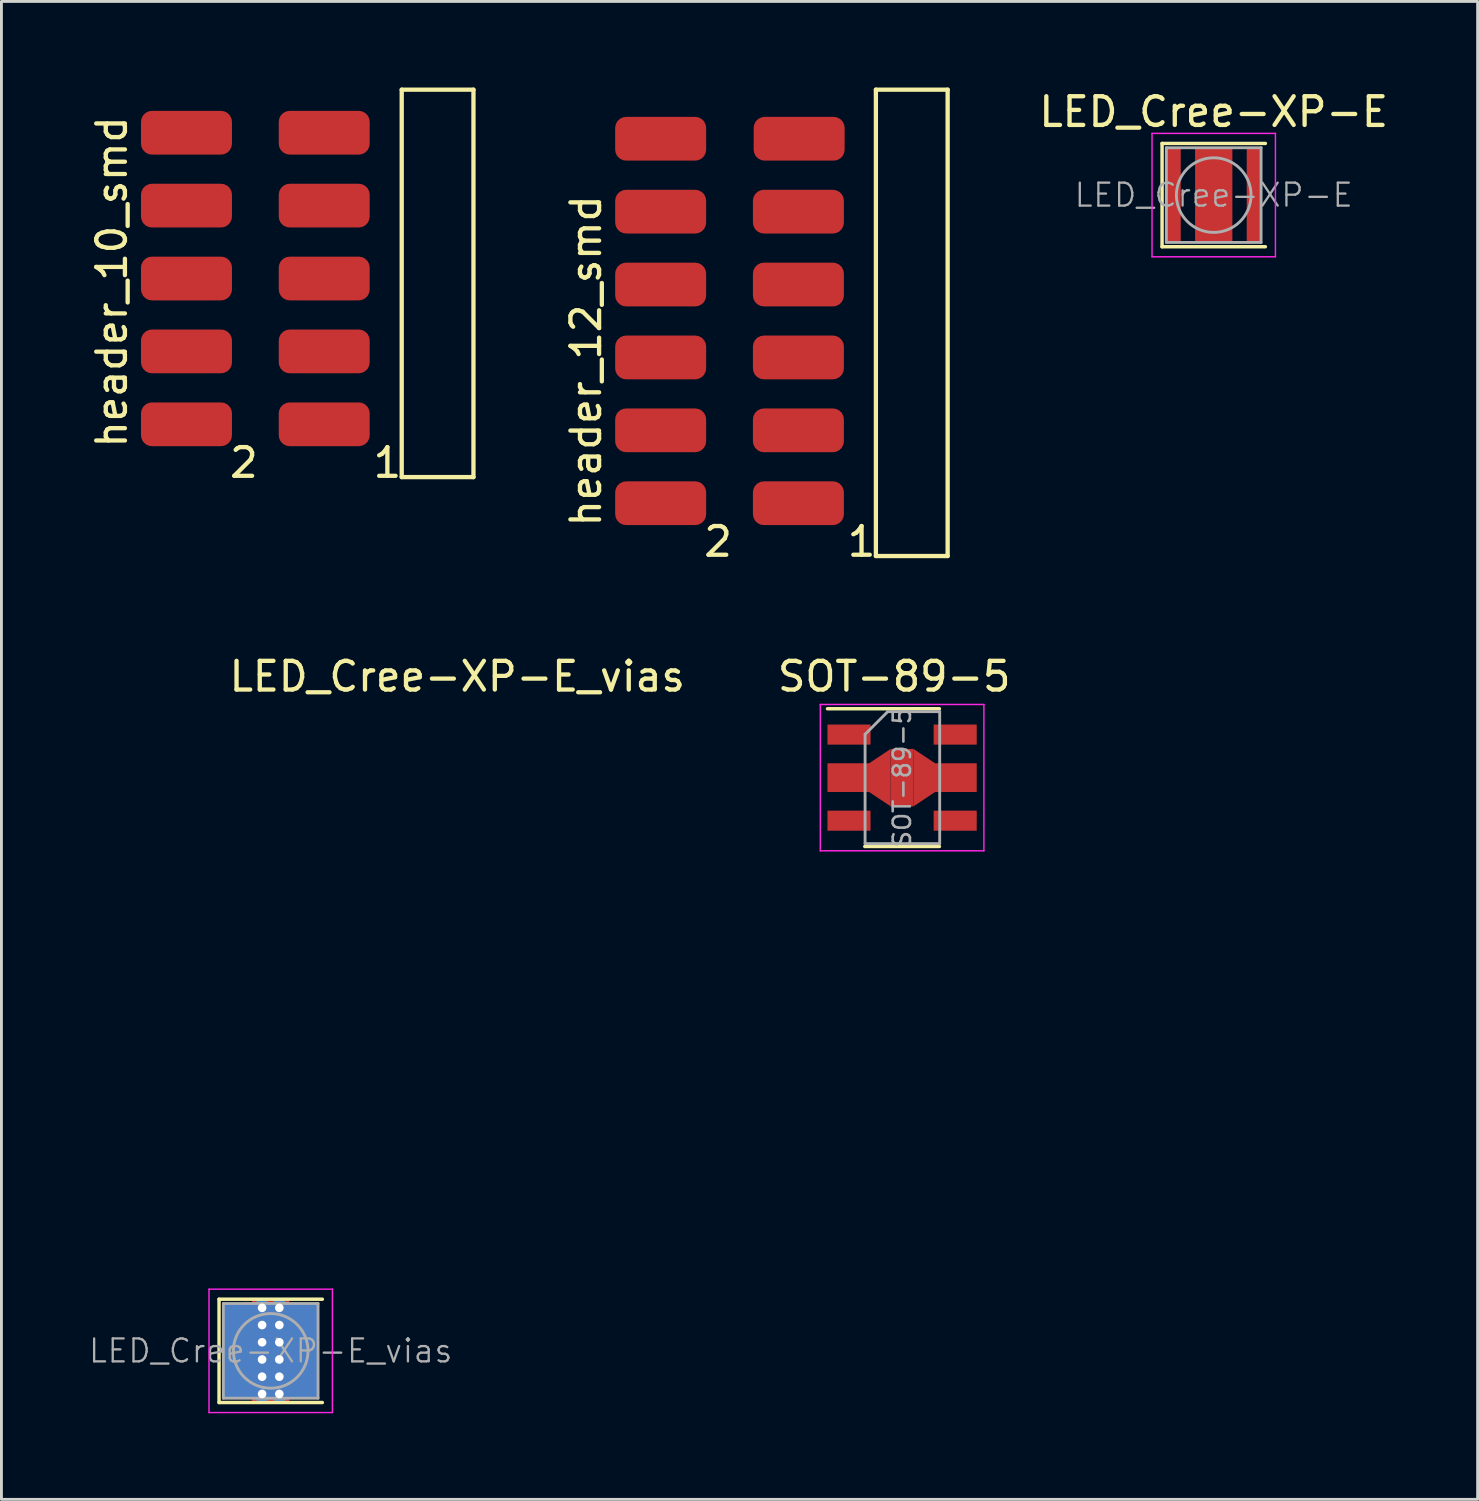
<source format=kicad_pcb>
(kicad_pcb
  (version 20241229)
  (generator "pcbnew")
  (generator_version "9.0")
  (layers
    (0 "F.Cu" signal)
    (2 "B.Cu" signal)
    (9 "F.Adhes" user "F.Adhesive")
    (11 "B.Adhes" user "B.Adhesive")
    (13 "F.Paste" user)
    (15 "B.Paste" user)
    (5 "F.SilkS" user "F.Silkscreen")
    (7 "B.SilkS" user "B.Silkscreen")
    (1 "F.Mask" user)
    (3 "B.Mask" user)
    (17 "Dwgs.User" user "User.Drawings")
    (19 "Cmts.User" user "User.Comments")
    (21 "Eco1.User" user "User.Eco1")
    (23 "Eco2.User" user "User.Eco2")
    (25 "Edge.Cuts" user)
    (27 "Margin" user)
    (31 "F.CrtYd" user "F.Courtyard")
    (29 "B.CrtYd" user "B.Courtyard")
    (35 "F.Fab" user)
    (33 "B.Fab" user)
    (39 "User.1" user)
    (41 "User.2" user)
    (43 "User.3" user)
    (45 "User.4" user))
  (footprint "LED_Cree-XP-E"
    (layer "F.Cu")
    (at 39.243 3.748)
    (property "Reference" "LED_Cree-XP-E" (at 0 -2.9 0) (layer "F.SilkS") (effects (font (size 1 1) (thickness 0.15))))
    (attr smd)
    (fp_line (start -1.8 -1.8) (end 1.8 -1.8) (stroke (width 0.12) (type solid)) (layer "F.SilkS"))
    (fp_line (start -1.8 1.8) (end -1.8 -1.8) (stroke (width 0.12) (type solid)) (layer "F.SilkS"))
    (fp_line (start 1.8 1.8) (end -1.8 1.8) (stroke (width 0.12) (type solid)) (layer "F.SilkS"))
    (fp_line (start -2.15 -2.15) (end 2.15 -2.15) (stroke (width 0.05) (type solid)) (layer "F.CrtYd"))
    (fp_line (start -2.15 2.15) (end -2.15 -2.15) (stroke (width 0.05) (type solid)) (layer "F.CrtYd"))
    (fp_line (start 2.15 -2.15) (end 2.15 2.15) (stroke (width 0.05) (type solid)) (layer "F.CrtYd"))
    (fp_line (start 2.15 2.15) (end -2.15 2.15) (stroke (width 0.05) (type solid)) (layer "F.CrtYd"))
    (fp_line (start -1.65 -1.65) (end 1.65 -1.65) (stroke (width 0.1) (type solid)) (layer "F.Fab"))
    (fp_line (start -1.65 1.65) (end -1.65 -1.65) (stroke (width 0.1) (type solid)) (layer "F.Fab"))
    (fp_line (start 1.65 -1.65) (end 1.65 1.65) (stroke (width 0.1) (type solid)) (layer "F.Fab"))
    (fp_line (start 1.65 1.65) (end -1.65 1.65) (stroke (width 0.1) (type solid)) (layer "F.Fab"))
    (fp_circle (center 0 0) (end 0 1.3) (stroke (width 0.1) (type solid)) (fill no) (layer "F.Fab"))
    (fp_text user "${REFERENCE}" (at 0 0 0) (layer "F.Fab") (effects (font (size 0.8 0.8) (thickness 0.08))))
    (pad "" smd rect (at 0 -1) (size 1.01 0.75) (layers "F.Paste"))
    (pad "" smd rect (at 0 0) (size 1.01 0.75) (layers "F.Paste"))
    (pad "" smd rect (at 0 1) (size 1.01 0.75) (layers "F.Paste"))
    (pad "1" smd rect (at -1.4 0) (size 0.5 3.3) (layers "F.Cu" "F.Mask" "F.Paste"))
    (pad "2" smd rect (at 1.4 0) (size 0.5 3.3) (layers "F.Cu" "F.Mask" "F.Paste"))
    (pad "3" smd rect (at 0 0) (size 1.3 3.3) (layers "F.Cu" "F.Mask")))
  (footprint "LED_Cree-XP-E_vias"
    (layer "F.Cu")
    (at 6.383 44.022)
    (property "Reference" "LED_Cree-XP-E_vias" (at 6.5 -23.5 0) (layer "F.SilkS") (effects (font (size 1 1) (thickness 0.15))))
    (attr smd)
    (fp_line (start -1.8 -1.8) (end 1.8 -1.8) (stroke (width 0.12) (type solid)) (layer "F.SilkS"))
    (fp_line (start -1.8 1.8) (end -1.8 -1.8) (stroke (width 0.12) (type solid)) (layer "F.SilkS"))
    (fp_line (start 1.8 1.8) (end -1.8 1.8) (stroke (width 0.12) (type solid)) (layer "F.SilkS"))
    (fp_line (start -2.15 -2.15) (end 2.15 -2.15) (stroke (width 0.05) (type solid)) (layer "F.CrtYd"))
    (fp_line (start -2.15 2.15) (end -2.15 -2.15) (stroke (width 0.05) (type solid)) (layer "F.CrtYd"))
    (fp_line (start 2.15 -2.15) (end 2.15 2.15) (stroke (width 0.05) (type solid)) (layer "F.CrtYd"))
    (fp_line (start 2.15 2.15) (end -2.15 2.15) (stroke (width 0.05) (type solid)) (layer "F.CrtYd"))
    (fp_line (start -1.65 -1.65) (end 1.65 -1.65) (stroke (width 0.1) (type solid)) (layer "F.Fab"))
    (fp_line (start -1.65 1.65) (end -1.65 -1.65) (stroke (width 0.1) (type solid)) (layer "F.Fab"))
    (fp_line (start 1.65 -1.65) (end 1.65 1.65) (stroke (width 0.1) (type solid)) (layer "F.Fab"))
    (fp_line (start 1.65 1.65) (end -1.65 1.65) (stroke (width 0.1) (type solid)) (layer "F.Fab"))
    (fp_circle (center 0 0) (end 0 1.3) (stroke (width 0.1) (type solid)) (fill no) (layer "F.Fab"))
    (fp_text user "${REFERENCE}" (at 0 0 0) (layer "F.Fab") (effects (font (size 0.8 0.8) (thickness 0.08))))
    (pad "" smd rect (at 0 -1.2) (size 1.01 0.75) (layers "F.Paste"))
    (pad "" smd rect (at 0 -0.2) (size 1.01 0.75) (layers "F.Paste"))
    (pad "" smd rect (at 0 0.8) (size 1.01 0.75) (layers "F.Paste"))
    (pad "1" smd rect (at -1.4 0) (size 0.5 3.3) (layers "F.Cu" "F.Mask" "F.Paste"))
    (pad "2" smd rect (at 1.4 0) (size 0.5 3.3) (layers "F.Cu" "F.Mask" "F.Paste"))
    (pad "3" thru_hole circle (at -0.3 -1.5) (size 0.6 0.6) (drill 0.3) (layers "*.Cu" "F.Mask"))
    (pad "3" thru_hole circle (at -0.3 -0.9) (size 0.6 0.6) (drill 0.3) (layers "*.Cu" "F.Mask"))
    (pad "3" thru_hole circle (at -0.3 -0.3) (size 0.6 0.6) (drill 0.3) (layers "*.Cu" "F.Mask"))
    (pad "3" thru_hole circle (at -0.3 0.3) (size 0.6 0.6) (drill 0.3) (layers "*.Cu" "F.Mask"))
    (pad "3" thru_hole circle (at -0.3 0.9) (size 0.6 0.6) (drill 0.3) (layers "*.Cu" "F.Mask"))
    (pad "3" thru_hole circle (at -0.3 1.5) (size 0.6 0.6) (drill 0.3) (layers "*.Cu" "F.Mask"))
    (pad "3" smd rect (at 0 0) (size 1.3 3.5) (layers "F.Cu" "F.Mask"))
    (pad "3" smd rect (at 0 0) (size 3.3 3.3) (layers "B.Cu"))
    (pad "3" thru_hole circle (at 0.3 -1.5) (size 0.6 0.6) (drill 0.3) (layers "*.Cu" "F.Mask"))
    (pad "3" thru_hole circle (at 0.3 -0.9) (size 0.6 0.6) (drill 0.3) (layers "*.Cu" "F.Mask"))
    (pad "3" thru_hole circle (at 0.3 -0.3) (size 0.6 0.6) (drill 0.3) (layers "*.Cu" "F.Mask"))
    (pad "3" thru_hole circle (at 0.3 0.3) (size 0.6 0.6) (drill 0.3) (layers "*.Cu" "F.Mask"))
    (pad "3" thru_hole circle (at 0.3 0.9) (size 0.6 0.6) (drill 0.3) (layers "*.Cu" "F.Mask"))
    (pad "3" thru_hole circle (at 0.3 1.5) (size 0.6 0.6) (drill 0.3) (layers "*.Cu" "F.Mask")))
  (footprint "header_12_smd"
    (layer "F.Cu")
    (at 19.971 4.325)
    (property "Reference" "header_12_smd" (at -2.6 5.2 90) (layer "F.SilkS") (effects (font (size 1 1) (thickness 0.15))))
    (attr through_hole)
    (fp_line (start 7.5 -4.25) (end 7.5 12) (stroke (width 0.15) (type solid)) (layer "F.SilkS"))
    (fp_line (start 7.5 12) (end 10 12) (stroke (width 0.15) (type solid)) (layer "F.SilkS"))
    (fp_line (start 10 -4.25) (end 7.5 -4.25) (stroke (width 0.15) (type solid)) (layer "F.SilkS"))
    (fp_line (start 10 12) (end 10 -4.25) (stroke (width 0.15) (type solid)) (layer "F.SilkS"))
    (fp_text user "1" (at 7 11.5 0) (layer "F.SilkS") (effects (font (size 1 1) (thickness 0.15))))
    (fp_text user "2" (at 2 11.5 0) (layer "F.SilkS") (effects (font (size 1 1) (thickness 0.15))))
    (pad "1" smd roundrect (at 4.8 10.16) (size 3.17 1.524) (layers "F.Cu" "F.Mask" "F.Paste") (roundrect_rratio 0.25))
    (pad "2" smd roundrect (at 0 10.16) (size 3.17 1.524) (layers "F.Cu" "F.Mask" "F.Paste") (roundrect_rratio 0.25))
    (pad "3" smd roundrect (at 4.8 7.62) (size 3.17 1.524) (layers "F.Cu" "F.Mask" "F.Paste") (roundrect_rratio 0.25))
    (pad "4" smd roundrect (at 0 7.62) (size 3.17 1.524) (layers "F.Cu" "F.Mask" "F.Paste") (roundrect_rratio 0.25))
    (pad "5" smd roundrect (at 4.8 5.08) (size 3.17 1.524) (layers "F.Cu" "F.Mask" "F.Paste") (roundrect_rratio 0.25))
    (pad "6" smd roundrect (at 0 5.08) (size 3.17 1.524) (layers "F.Cu" "F.Mask" "F.Paste") (roundrect_rratio 0.25))
    (pad "7" smd roundrect (at 4.8 2.54) (size 3.17 1.524) (layers "F.Cu" "F.Mask" "F.Paste") (roundrect_rratio 0.25))
    (pad "8" smd roundrect (at 0 2.54) (size 3.17 1.524) (layers "F.Cu" "F.Mask" "F.Paste") (roundrect_rratio 0.25))
    (pad "9" smd roundrect (at 4.8 0) (size 3.17 1.524) (layers "F.Cu" "F.Mask" "F.Paste") (roundrect_rratio 0.25))
    (pad "10" smd roundrect (at 0 0) (size 3.17 1.524) (layers "F.Cu" "F.Mask" "F.Paste") (roundrect_rratio 0.25))
    (pad "11" smd roundrect (at 0 -2.54) (size 3.17 1.524) (layers "F.Cu" "F.Mask" "F.Paste") (roundrect_rratio 0.25))
    (pad "12" smd roundrect (at 4.826 -2.54) (size 3.17 1.524) (layers "F.Cu" "F.Mask" "F.Paste") (roundrect_rratio 0.25)))
  (footprint "header_10_smd"
    (layer "F.Cu")
    (at 3.448 1.575)
    (property "Reference" "header_10_smd" (at -2.6 5.2 90) (layer "F.SilkS") (effects (font (size 1 1) (thickness 0.15))))
    (attr through_hole)
    (fp_line (start 7.5 -1.5) (end 7.5 12) (stroke (width 0.15) (type solid)) (layer "F.SilkS"))
    (fp_line (start 7.5 12) (end 10 12) (stroke (width 0.15) (type solid)) (layer "F.SilkS"))
    (fp_line (start 10 -1.5) (end 7.5 -1.5) (stroke (width 0.15) (type solid)) (layer "F.SilkS"))
    (fp_line (start 10 12) (end 10 -1.5) (stroke (width 0.15) (type solid)) (layer "F.SilkS"))
    (fp_text user "2" (at 2 11.5 0) (layer "F.SilkS") (effects (font (size 1 1) (thickness 0.15))))
    (fp_text user "1" (at 7 11.5 0) (layer "F.SilkS") (effects (font (size 1 1) (thickness 0.15))))
    (pad "1" smd roundrect (at 4.8 10.16) (size 3.17 1.524) (layers "F.Cu" "F.Mask" "F.Paste") (roundrect_rratio 0.25))
    (pad "2" smd roundrect (at 0 10.16) (size 3.17 1.524) (layers "F.Cu" "F.Mask" "F.Paste") (roundrect_rratio 0.25))
    (pad "3" smd roundrect (at 4.8 7.62) (size 3.17 1.524) (layers "F.Cu" "F.Mask" "F.Paste") (roundrect_rratio 0.25))
    (pad "4" smd roundrect (at 0 7.62) (size 3.17 1.524) (layers "F.Cu" "F.Mask" "F.Paste") (roundrect_rratio 0.25))
    (pad "5" smd roundrect (at 4.8 5.08) (size 3.17 1.524) (layers "F.Cu" "F.Mask" "F.Paste") (roundrect_rratio 0.25))
    (pad "6" smd roundrect (at 0 5.08) (size 3.17 1.524) (layers "F.Cu" "F.Mask" "F.Paste") (roundrect_rratio 0.25))
    (pad "7" smd roundrect (at 4.8 2.54) (size 3.17 1.524) (layers "F.Cu" "F.Mask" "F.Paste") (roundrect_rratio 0.25))
    (pad "8" smd roundrect (at 0 2.54) (size 3.17 1.524) (layers "F.Cu" "F.Mask" "F.Paste") (roundrect_rratio 0.25))
    (pad "9" smd roundrect (at 4.8 0) (size 3.17 1.524) (layers "F.Cu" "F.Mask" "F.Paste") (roundrect_rratio 0.25))
    (pad "10" smd roundrect (at 0 0) (size 3.17 1.524) (layers "F.Cu" "F.Mask" "F.Paste") (roundrect_rratio 0.25)))
  (footprint "SOT-89-5"
    (layer "F.Cu")
    (at 28.384 24.047)
    (property "Reference" "SOT-89-5" (at -0.275 -3.525 0) (layer "F.SilkS") (effects (font (size 1 1) (thickness 0.15))))
    (attr smd)
    (fp_line (start -2.6 -2.4) (end 1.3 -2.4) (stroke (width 0.12) (type solid)) (layer "F.SilkS"))
    (fp_line (start 1.3 2.4) (end -1.3 2.4) (stroke (width 0.12) (type solid)) (layer "F.SilkS"))
    (fp_line (start -2.85 2.55) (end -2.85 -2.55) (stroke (width 0.05) (type solid)) (layer "F.CrtYd"))
    (fp_line (start -2.85 2.55) (end 2.85 2.55) (stroke (width 0.05) (type solid)) (layer "F.CrtYd"))
    (fp_line (start 2.85 -2.55) (end -2.85 -2.55) (stroke (width 0.05) (type solid)) (layer "F.CrtYd"))
    (fp_line (start 2.85 -2.55) (end 2.85 2.55) (stroke (width 0.05) (type solid)) (layer "F.CrtYd"))
    (fp_line (start -1.29 -1.51) (end -0.5 -2.3) (stroke (width 0.1) (type solid)) (layer "F.Fab"))
    (fp_line (start -1.29 2.3) (end -1.29 -1.51) (stroke (width 0.1) (type solid)) (layer "F.Fab"))
    (fp_line (start -0.5 -2.3) (end 1.31 -2.3) (stroke (width 0.1) (type solid)) (layer "F.Fab"))
    (fp_line (start 1.31 -2.3) (end 1.31 2.3) (stroke (width 0.1) (type solid)) (layer "F.Fab"))
    (fp_line (start 1.31 2.3) (end -1.29 2.3) (stroke (width 0.1) (type solid)) (layer "F.Fab"))
    (fp_text user "${REFERENCE}" (at 0 0 90) (layer "F.Fab") (effects (font (size 0.6 0.6) (thickness 0.09))))
    (pad "1" smd rect (at -1.85 -1.5 270) (size 0.7 1.5) (layers "F.Cu" "F.Mask" "F.Paste"))
    (pad "2" smd rect (at -1.85 0 270) (size 1 1.5) (layers "F.Cu" "F.Mask" "F.Paste"))
    (pad "2" smd trapezoid (at -0.775 0 90) (size 1.5 0.75) (rect_delta 0 0.5) (layers "F.Cu" "F.Mask" "F.Paste"))
    (pad "2" smd rect (at 0 0 270) (size 2 0.8) (layers "F.Cu" "F.Mask" "F.Paste"))
    (pad "2" smd trapezoid (at 0.775 0 270) (size 1.5 0.75) (rect_delta 0 0.5) (layers "F.Cu" "F.Mask" "F.Paste"))
    (pad "2" smd rect (at 1.85 0 270) (size 1 1.5) (layers "F.Cu" "F.Mask" "F.Paste"))
    (pad "3" smd rect (at -1.85 1.5 270) (size 0.7 1.5) (layers "F.Cu" "F.Mask" "F.Paste"))
    (pad "4" smd rect (at 1.85 1.5 270) (size 0.7 1.5) (layers "F.Cu" "F.Mask" "F.Paste"))
    (pad "5" smd rect (at 1.85 -1.5 270) (size 0.7 1.5) (layers "F.Cu" "F.Mask" "F.Paste")))
  (gr_rect
    (start -3 -3)
    (end 48.439 49.197)
    (stroke (width 0.1) (type default))
    (fill no)
    (layer "Edge.Cuts")))
</source>
